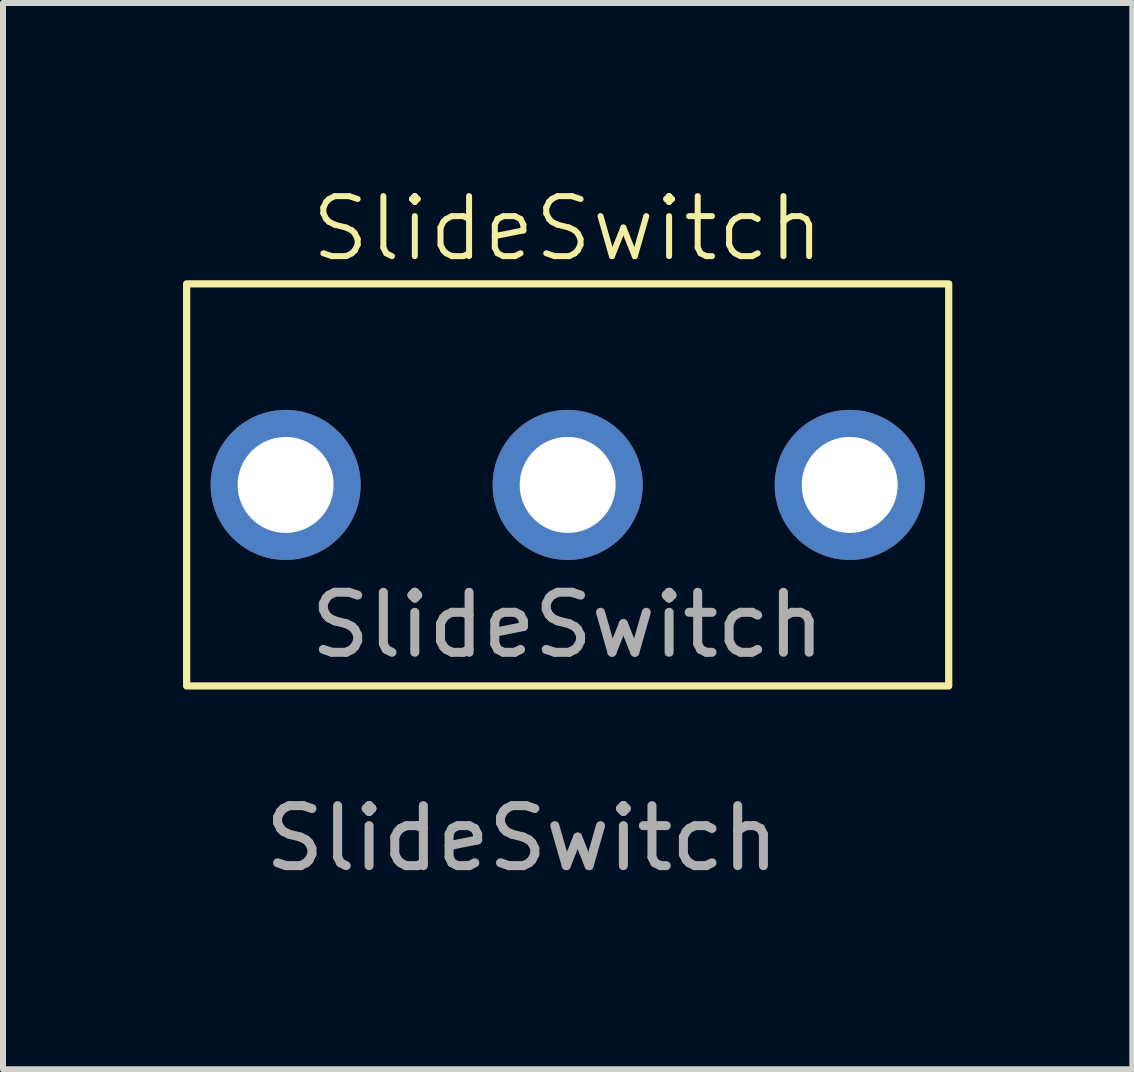
<source format=kicad_pcb>
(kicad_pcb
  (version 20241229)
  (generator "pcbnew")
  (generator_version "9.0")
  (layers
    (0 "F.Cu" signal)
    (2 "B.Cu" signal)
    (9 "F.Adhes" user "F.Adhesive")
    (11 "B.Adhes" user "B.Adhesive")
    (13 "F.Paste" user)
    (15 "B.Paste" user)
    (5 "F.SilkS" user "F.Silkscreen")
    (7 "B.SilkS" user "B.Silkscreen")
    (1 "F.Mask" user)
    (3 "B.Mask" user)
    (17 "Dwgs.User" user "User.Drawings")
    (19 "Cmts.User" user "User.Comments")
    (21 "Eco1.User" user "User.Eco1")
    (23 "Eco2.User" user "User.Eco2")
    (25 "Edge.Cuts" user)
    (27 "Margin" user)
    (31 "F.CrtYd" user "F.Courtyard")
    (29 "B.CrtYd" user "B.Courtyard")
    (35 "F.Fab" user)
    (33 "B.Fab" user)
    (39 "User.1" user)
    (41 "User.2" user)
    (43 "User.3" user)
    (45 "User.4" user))
  (footprint "SlideSwitch"
    (layer "F.Cu")
    (at 6.41 5.079)
    (property "Reference" "SlideSwitch" (at 0 -4.318 0) (unlocked yes) (layer "F.SilkS") (effects (font (size 1 1) (thickness 0.1))))
    (attr through_hole)
    (fp_rect (start -6.35 -3.398) (end 6.35 3.302) (stroke (width 0.12) (type solid)) (fill no) (layer "F.SilkS"))
    (fp_text user "${REFERENCE}" (at -0.762 5.842 0) (unlocked yes) (layer "F.Fab") (effects (font (size 1 1) (thickness 0.15))))
    (fp_text user "${REFERENCE}" (at 0 2.286 0) (unlocked yes) (layer "F.Fab") (effects (font (size 1 1) (thickness 0.15))))
    (pad "1" thru_hole circle (at -4.7 -0.048) (size 2.5 2.5) (drill 1.6) (layers "*.Cu" "*.Mask"))
    (pad "2" thru_hole circle (at 0 -0.048) (size 2.5 2.5) (drill 1.6) (layers "*.Cu" "*.Mask"))
    (pad "3" thru_hole circle (at 4.7 -0.048 90) (size 2.5 2.5) (drill 1.6) (layers "*.Cu" "*.Mask")))
  (gr_rect
    (start -3 -3)
    (end 15.82 14.769)
    (stroke (width 0.1) (type default))
    (fill no)
    (layer "Edge.Cuts")))
</source>
